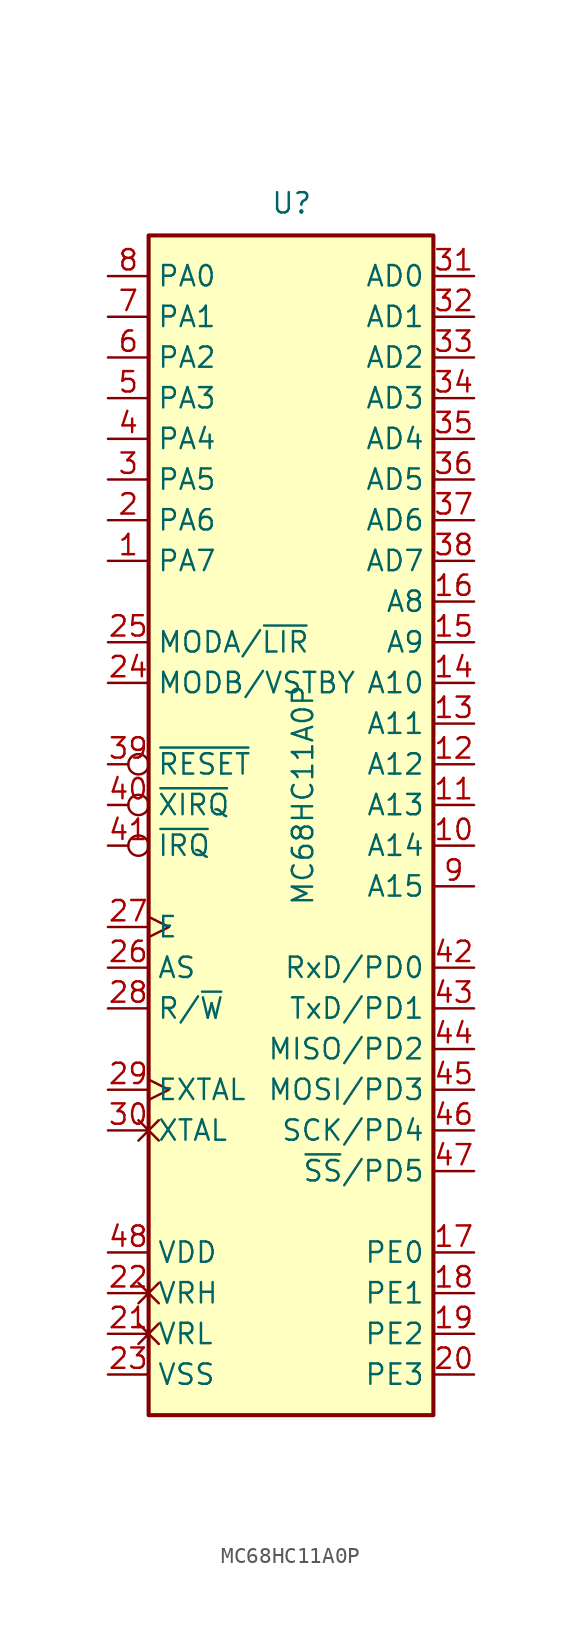
<source format=kicad_sym>
(kicad_symbol_lib
  (version 20220914)
  (generator kicad_symbol_editor)
  (symbol "MC68HC11A0P"
    (property "Reference" "U"
      (at -1.27 31.75 0)
      (effects (font (size 1.27 1.27)) (justify left bottom)))
    (property "Value" "MC68HC11A0P"
      (at 0 -11.43 90)
      (effects (font (size 1.27 1.27)) (justify left top)))
    (symbol "MC68HC11A0P_0_1"
      (rectangle (start -8.89 30.48) (end 8.89 -43.18) (stroke (width 0.254) (type default)) (fill (type background))))
    (symbol "MC68HC11A0P_1_0"
      (pin output line (at -11.43 -17.78 0) (length 2.54) (name "R/~{W}" (effects (font (size 1.27 1.27)))) (number "28" (effects (font (size 1.27 1.27)))))
      (pin output line (at 11.43 -15.24 180) (length 2.54) (name "RxD/PD0" (effects (font (size 1.27 1.27)))) (number "42" (effects (font (size 1.27 1.27)))))
      (pin output line (at 11.43 -17.78 180) (length 2.54) (name "TxD/PD1" (effects (font (size 1.27 1.27)))) (number "43" (effects (font (size 1.27 1.27)))))
      (pin output line (at 11.43 -20.32 180) (length 2.54) (name "MISO/PD2" (effects (font (size 1.27 1.27)))) (number "44" (effects (font (size 1.27 1.27)))))
      (pin output line (at 11.43 -22.86 180) (length 2.54) (name "MOSI/PD3" (effects (font (size 1.27 1.27)))) (number "45" (effects (font (size 1.27 1.27)))))
      (pin output line (at 11.43 -25.4 180) (length 2.54) (name "SCK/PD4" (effects (font (size 1.27 1.27)))) (number "46" (effects (font (size 1.27 1.27)))))
      (pin output line (at 11.43 -27.94 180) (length 2.54) (name "~{SS}/PD5" (effects (font (size 1.27 1.27)))) (number "47" (effects (font (size 1.27 1.27))))))
    (symbol "MC68HC11A0P_1_1"
      (pin bidirectional line (at -11.43 10.16 0) (length 2.54) (name "PA7" (effects (font (size 1.27 1.27)))) (number "1" (effects (font (size 1.27 1.27)))))
      (pin output line (at 11.43 -7.62 180) (length 2.54) (name "A14" (effects (font (size 1.27 1.27)))) (number "10" (effects (font (size 1.27 1.27)))))
      (pin output line (at 11.43 -5.08 180) (length 2.54) (name "A13" (effects (font (size 1.27 1.27)))) (number "11" (effects (font (size 1.27 1.27)))))
      (pin output line (at 11.43 -2.54 180) (length 2.54) (name "A12" (effects (font (size 1.27 1.27)))) (number "12" (effects (font (size 1.27 1.27)))))
      (pin output line (at 11.43 0 180) (length 2.54) (name "A11" (effects (font (size 1.27 1.27)))) (number "13" (effects (font (size 1.27 1.27)))))
      (pin output line (at 11.43 2.54 180) (length 2.54) (name "A10" (effects (font (size 1.27 1.27)))) (number "14" (effects (font (size 1.27 1.27)))))
      (pin output line (at 11.43 5.08 180) (length 2.54) (name "A9" (effects (font (size 1.27 1.27)))) (number "15" (effects (font (size 1.27 1.27)))))
      (pin output line (at 11.43 7.62 180) (length 2.54) (name "A8" (effects (font (size 1.27 1.27)))) (number "16" (effects (font (size 1.27 1.27)))))
      (pin bidirectional line (at 11.43 -33.02 180) (length 2.54) (name "PE0" (effects (font (size 1.27 1.27)))) (number "17" (effects (font (size 1.27 1.27)))))
      (pin bidirectional line (at 11.43 -35.56 180) (length 2.54) (name "PE1" (effects (font (size 1.27 1.27)))) (number "18" (effects (font (size 1.27 1.27)))))
      (pin bidirectional line (at 11.43 -38.1 180) (length 2.54) (name "PE2" (effects (font (size 1.27 1.27)))) (number "19" (effects (font (size 1.27 1.27)))))
      (pin bidirectional line (at -11.43 12.7 0) (length 2.54) (name "PA6" (effects (font (size 1.27 1.27)))) (number "2" (effects (font (size 1.27 1.27)))))
      (pin bidirectional line (at 11.43 -40.64 180) (length 2.54) (name "PE3" (effects (font (size 1.27 1.27)))) (number "20" (effects (font (size 1.27 1.27)))))
      (pin passive non_logic (at -11.43 -38.1 0) (length 2.54) (name "VRL" (effects (font (size 1.27 1.27)))) (number "21" (effects (font (size 1.27 1.27)))))
      (pin passive non_logic (at -11.43 -35.56 0) (length 2.54) (name "VRH" (effects (font (size 1.27 1.27)))) (number "22" (effects (font (size 1.27 1.27)))))
      (pin power_in line (at -11.43 -40.64 0) (length 2.54) (name "VSS" (effects (font (size 1.27 1.27)))) (number "23" (effects (font (size 1.27 1.27)))))
      (pin input line (at -11.43 2.54 0) (length 2.54) (name "MODB/VSTBY" (effects (font (size 1.27 1.27)))) (number "24" (effects (font (size 1.27 1.27)))))
      (pin bidirectional line (at -11.43 5.08 0) (length 2.54) (name "MODA/~{LIR}" (effects (font (size 1.27 1.27)))) (number "25" (effects (font (size 1.27 1.27)))))
      (pin output line (at -11.43 -15.24 0) (length 2.54) (name "AS" (effects (font (size 1.27 1.27)))) (number "26" (effects (font (size 1.27 1.27)))))
      (pin output clock (at -11.43 -12.7 0) (length 2.54) (name "E" (effects (font (size 1.27 1.27)))) (number "27" (effects (font (size 1.27 1.27)))))
      (pin input clock (at -11.43 -22.86 0) (length 2.54) (name "EXTAL" (effects (font (size 1.27 1.27)))) (number "29" (effects (font (size 1.27 1.27)))))
      (pin bidirectional line (at -11.43 15.24 0) (length 2.54) (name "PA5" (effects (font (size 1.27 1.27)))) (number "3" (effects (font (size 1.27 1.27)))))
      (pin output non_logic (at -11.43 -25.4 0) (length 2.54) (name "XTAL" (effects (font (size 1.27 1.27)))) (number "30" (effects (font (size 1.27 1.27)))))
      (pin bidirectional line (at 11.43 27.94 180) (length 2.54) (name "AD0" (effects (font (size 1.27 1.27)))) (number "31" (effects (font (size 1.27 1.27)))))
      (pin bidirectional line (at 11.43 25.4 180) (length 2.54) (name "AD1" (effects (font (size 1.27 1.27)))) (number "32" (effects (font (size 1.27 1.27)))))
      (pin bidirectional line (at 11.43 22.86 180) (length 2.54) (name "AD2" (effects (font (size 1.27 1.27)))) (number "33" (effects (font (size 1.27 1.27)))))
      (pin bidirectional line (at 11.43 20.32 180) (length 2.54) (name "AD3" (effects (font (size 1.27 1.27)))) (number "34" (effects (font (size 1.27 1.27)))))
      (pin bidirectional line (at 11.43 17.78 180) (length 2.54) (name "AD4" (effects (font (size 1.27 1.27)))) (number "35" (effects (font (size 1.27 1.27)))))
      (pin bidirectional line (at 11.43 15.24 180) (length 2.54) (name "AD5" (effects (font (size 1.27 1.27)))) (number "36" (effects (font (size 1.27 1.27)))))
      (pin bidirectional line (at 11.43 12.7 180) (length 2.54) (name "AD6" (effects (font (size 1.27 1.27)))) (number "37" (effects (font (size 1.27 1.27)))))
      (pin bidirectional line (at 11.43 10.16 180) (length 2.54) (name "AD7" (effects (font (size 1.27 1.27)))) (number "38" (effects (font (size 1.27 1.27)))))
      (pin bidirectional inverted (at -11.43 -2.54 0) (length 2.54) (name "~{RESET}" (effects (font (size 1.27 1.27)))) (number "39" (effects (font (size 1.27 1.27)))))
      (pin bidirectional line (at -11.43 17.78 0) (length 2.54) (name "PA4" (effects (font (size 1.27 1.27)))) (number "4" (effects (font (size 1.27 1.27)))))
      (pin input inverted (at -11.43 -5.08 0) (length 2.54) (name "~{XIRQ}" (effects (font (size 1.27 1.27)))) (number "40" (effects (font (size 1.27 1.27)))))
      (pin input inverted (at -11.43 -7.62 0) (length 2.54) (name "~{IRQ}" (effects (font (size 1.27 1.27)))) (number "41" (effects (font (size 1.27 1.27)))))
      (pin power_in line (at -11.43 -33.02 0) (length 2.54) (name "VDD" (effects (font (size 1.27 1.27)))) (number "48" (effects (font (size 1.27 1.27)))))
      (pin bidirectional line (at -11.43 20.32 0) (length 2.54) (name "PA3" (effects (font (size 1.27 1.27)))) (number "5" (effects (font (size 1.27 1.27)))))
      (pin bidirectional line (at -11.43 22.86 0) (length 2.54) (name "PA2" (effects (font (size 1.27 1.27)))) (number "6" (effects (font (size 1.27 1.27)))))
      (pin bidirectional line (at -11.43 25.4 0) (length 2.54) (name "PA1" (effects (font (size 1.27 1.27)))) (number "7" (effects (font (size 1.27 1.27)))))
      (pin bidirectional line (at -11.43 27.94 0) (length 2.54) (name "PA0" (effects (font (size 1.27 1.27)))) (number "8" (effects (font (size 1.27 1.27)))))
      (pin output line (at 11.43 -10.16 180) (length 2.54) (name "A15" (effects (font (size 1.27 1.27)))) (number "9" (effects (font (size 1.27 1.27))))))))
</source>
